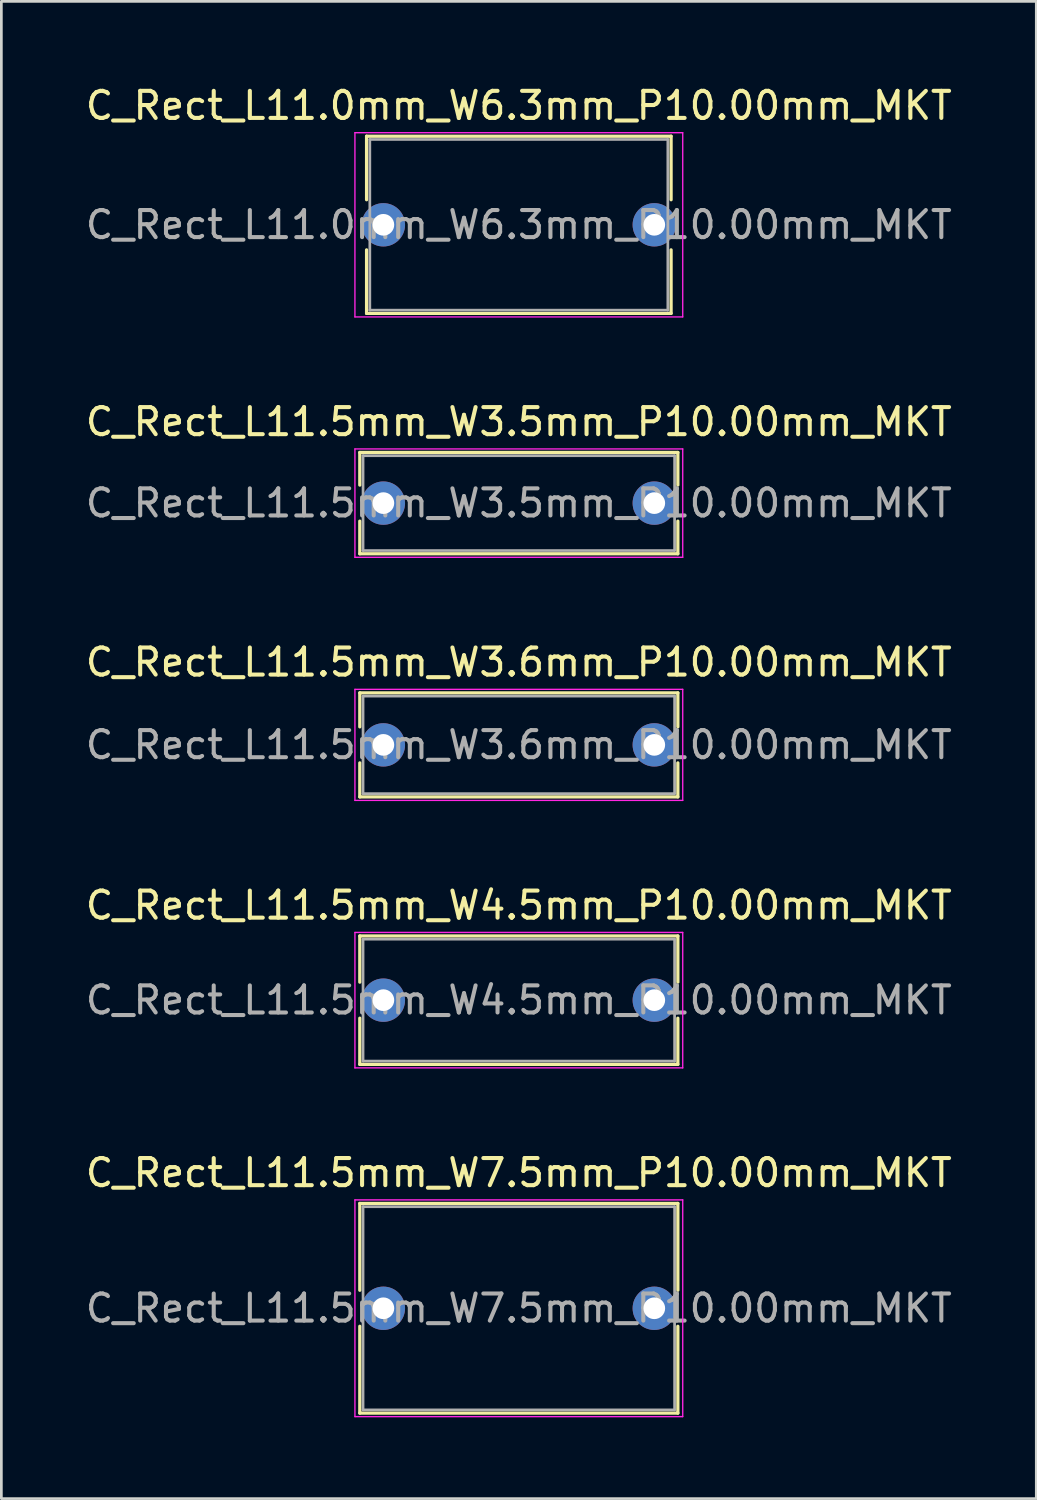
<source format=kicad_pcb>
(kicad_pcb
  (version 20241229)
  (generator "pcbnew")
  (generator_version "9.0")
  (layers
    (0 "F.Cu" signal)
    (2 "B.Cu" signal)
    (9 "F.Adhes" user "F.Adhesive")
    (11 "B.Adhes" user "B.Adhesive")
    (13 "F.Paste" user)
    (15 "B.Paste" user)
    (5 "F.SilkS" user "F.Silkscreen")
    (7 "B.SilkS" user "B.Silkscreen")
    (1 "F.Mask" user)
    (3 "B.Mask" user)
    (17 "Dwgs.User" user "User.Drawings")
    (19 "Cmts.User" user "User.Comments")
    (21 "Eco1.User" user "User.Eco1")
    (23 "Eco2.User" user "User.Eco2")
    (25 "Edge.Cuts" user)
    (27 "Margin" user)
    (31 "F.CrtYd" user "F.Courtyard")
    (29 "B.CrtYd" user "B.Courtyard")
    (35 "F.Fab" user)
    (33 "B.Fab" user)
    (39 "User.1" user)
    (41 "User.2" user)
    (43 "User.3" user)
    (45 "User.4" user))
  (footprint "C_Rect_L11.5mm_W3.6mm_P10.00mm_MKT"
    (layer "F.Cu")
    (at 11.101 24.445)
    (property "Reference" "C_Rect_L11.5mm_W3.6mm_P10.00mm_MKT" (at 5 -3.05 0) (layer "F.SilkS") (effects (font (size 1 1) (thickness 0.15))))
    (attr through_hole)
    (fp_line (start -0.87 -1.92) (end -0.87 -0.665) (stroke (width 0.12) (type solid)) (layer "F.SilkS"))
    (fp_line (start -0.87 -1.92) (end 10.87 -1.92) (stroke (width 0.12) (type solid)) (layer "F.SilkS"))
    (fp_line (start -0.87 0.665) (end -0.87 1.92) (stroke (width 0.12) (type solid)) (layer "F.SilkS"))
    (fp_line (start -0.87 1.92) (end 10.87 1.92) (stroke (width 0.12) (type solid)) (layer "F.SilkS"))
    (fp_line (start 10.87 -1.92) (end 10.87 -0.665) (stroke (width 0.12) (type solid)) (layer "F.SilkS"))
    (fp_line (start 10.87 0.665) (end 10.87 1.92) (stroke (width 0.12) (type solid)) (layer "F.SilkS"))
    (fp_line (start -1.05 -2.05) (end -1.05 2.05) (stroke (width 0.05) (type solid)) (layer "F.CrtYd"))
    (fp_line (start -1.05 2.05) (end 11.05 2.05) (stroke (width 0.05) (type solid)) (layer "F.CrtYd"))
    (fp_line (start 11.05 -2.05) (end -1.05 -2.05) (stroke (width 0.05) (type solid)) (layer "F.CrtYd"))
    (fp_line (start 11.05 2.05) (end 11.05 -2.05) (stroke (width 0.05) (type solid)) (layer "F.CrtYd"))
    (fp_line (start -0.75 -1.8) (end -0.75 1.8) (stroke (width 0.1) (type solid)) (layer "F.Fab"))
    (fp_line (start -0.75 1.8) (end 10.75 1.8) (stroke (width 0.1) (type solid)) (layer "F.Fab"))
    (fp_line (start 10.75 -1.8) (end -0.75 -1.8) (stroke (width 0.1) (type solid)) (layer "F.Fab"))
    (fp_line (start 10.75 1.8) (end 10.75 -1.8) (stroke (width 0.1) (type solid)) (layer "F.Fab"))
    (fp_text user "${REFERENCE}" (at 5 0 0) (layer "F.Fab") (effects (font (size 1 1) (thickness 0.15))))
    (pad "1" thru_hole circle (at 0 0) (size 1.6 1.6) (drill 0.8) (layers "*.Cu" "*.Mask"))
    (pad "2" thru_hole circle (at 10 0) (size 1.6 1.6) (drill 0.8) (layers "*.Cu" "*.Mask")))
  (footprint "C_Rect_L11.5mm_W7.5mm_P10.00mm_MKT"
    (layer "F.Cu")
    (at 11.101 45.241)
    (property "Reference" "C_Rect_L11.5mm_W7.5mm_P10.00mm_MKT" (at 5 -5 0) (layer "F.SilkS") (effects (font (size 1 1) (thickness 0.15))))
    (attr through_hole)
    (fp_line (start -0.87 -3.87) (end -0.87 -0.665) (stroke (width 0.12) (type solid)) (layer "F.SilkS"))
    (fp_line (start -0.87 -3.87) (end 10.87 -3.87) (stroke (width 0.12) (type solid)) (layer "F.SilkS"))
    (fp_line (start -0.87 0.665) (end -0.87 3.87) (stroke (width 0.12) (type solid)) (layer "F.SilkS"))
    (fp_line (start -0.87 3.87) (end 10.87 3.87) (stroke (width 0.12) (type solid)) (layer "F.SilkS"))
    (fp_line (start 10.87 -3.87) (end 10.87 -0.665) (stroke (width 0.12) (type solid)) (layer "F.SilkS"))
    (fp_line (start 10.87 0.665) (end 10.87 3.87) (stroke (width 0.12) (type solid)) (layer "F.SilkS"))
    (fp_line (start -1.05 -4) (end -1.05 4) (stroke (width 0.05) (type solid)) (layer "F.CrtYd"))
    (fp_line (start -1.05 4) (end 11.05 4) (stroke (width 0.05) (type solid)) (layer "F.CrtYd"))
    (fp_line (start 11.05 -4) (end -1.05 -4) (stroke (width 0.05) (type solid)) (layer "F.CrtYd"))
    (fp_line (start 11.05 4) (end 11.05 -4) (stroke (width 0.05) (type solid)) (layer "F.CrtYd"))
    (fp_line (start -0.75 -3.75) (end -0.75 3.75) (stroke (width 0.1) (type solid)) (layer "F.Fab"))
    (fp_line (start -0.75 3.75) (end 10.75 3.75) (stroke (width 0.1) (type solid)) (layer "F.Fab"))
    (fp_line (start 10.75 -3.75) (end -0.75 -3.75) (stroke (width 0.1) (type solid)) (layer "F.Fab"))
    (fp_line (start 10.75 3.75) (end 10.75 -3.75) (stroke (width 0.1) (type solid)) (layer "F.Fab"))
    (fp_text user "${REFERENCE}" (at 5 0 0) (layer "F.Fab") (effects (font (size 1 1) (thickness 0.15))))
    (pad "1" thru_hole circle (at 0 0) (size 1.6 1.6) (drill 0.8) (layers "*.Cu" "*.Mask"))
    (pad "2" thru_hole circle (at 10 0) (size 1.6 1.6) (drill 0.8) (layers "*.Cu" "*.Mask")))
  (footprint "C_Rect_L11.0mm_W6.3mm_P10.00mm_MKT"
    (layer "F.Cu")
    (at 11.101 5.248)
    (property "Reference" "C_Rect_L11.0mm_W6.3mm_P10.00mm_MKT" (at 5 -4.4 0) (layer "F.SilkS") (effects (font (size 1 1) (thickness 0.15))))
    (attr through_hole)
    (fp_line (start -0.62 -3.27) (end -0.62 -0.925) (stroke (width 0.12) (type solid)) (layer "F.SilkS"))
    (fp_line (start -0.62 -3.27) (end 10.62 -3.27) (stroke (width 0.12) (type solid)) (layer "F.SilkS"))
    (fp_line (start -0.62 0.925) (end -0.62 3.27) (stroke (width 0.12) (type solid)) (layer "F.SilkS"))
    (fp_line (start -0.62 3.27) (end 10.62 3.27) (stroke (width 0.12) (type solid)) (layer "F.SilkS"))
    (fp_line (start 10.62 -3.27) (end 10.62 -0.925) (stroke (width 0.12) (type solid)) (layer "F.SilkS"))
    (fp_line (start 10.62 0.925) (end 10.62 3.27) (stroke (width 0.12) (type solid)) (layer "F.SilkS"))
    (fp_line (start -1.05 -3.4) (end -1.05 3.4) (stroke (width 0.05) (type solid)) (layer "F.CrtYd"))
    (fp_line (start -1.05 3.4) (end 11.05 3.4) (stroke (width 0.05) (type solid)) (layer "F.CrtYd"))
    (fp_line (start 11.05 -3.4) (end -1.05 -3.4) (stroke (width 0.05) (type solid)) (layer "F.CrtYd"))
    (fp_line (start 11.05 3.4) (end 11.05 -3.4) (stroke (width 0.05) (type solid)) (layer "F.CrtYd"))
    (fp_line (start -0.5 -3.15) (end -0.5 3.15) (stroke (width 0.1) (type solid)) (layer "F.Fab"))
    (fp_line (start -0.5 3.15) (end 10.5 3.15) (stroke (width 0.1) (type solid)) (layer "F.Fab"))
    (fp_line (start 10.5 -3.15) (end -0.5 -3.15) (stroke (width 0.1) (type solid)) (layer "F.Fab"))
    (fp_line (start 10.5 3.15) (end 10.5 -3.15) (stroke (width 0.1) (type solid)) (layer "F.Fab"))
    (fp_text user "${REFERENCE}" (at 5 0 0) (layer "F.Fab") (effects (font (size 1 1) (thickness 0.15))))
    (pad "1" thru_hole circle (at 0 0) (size 1.6 1.6) (drill 0.8) (layers "*.Cu" "*.Mask"))
    (pad "2" thru_hole circle (at 10 0) (size 1.6 1.6) (drill 0.8) (layers "*.Cu" "*.Mask")))
  (footprint "C_Rect_L11.5mm_W3.5mm_P10.00mm_MKT"
    (layer "F.Cu")
    (at 11.101 15.521)
    (property "Reference" "C_Rect_L11.5mm_W3.5mm_P10.00mm_MKT" (at 5 -3 0) (layer "F.SilkS") (effects (font (size 1 1) (thickness 0.15))))
    (attr through_hole)
    (fp_line (start -0.87 -1.87) (end -0.87 -0.665) (stroke (width 0.12) (type solid)) (layer "F.SilkS"))
    (fp_line (start -0.87 -1.87) (end 10.87 -1.87) (stroke (width 0.12) (type solid)) (layer "F.SilkS"))
    (fp_line (start -0.87 0.665) (end -0.87 1.87) (stroke (width 0.12) (type solid)) (layer "F.SilkS"))
    (fp_line (start -0.87 1.87) (end 10.87 1.87) (stroke (width 0.12) (type solid)) (layer "F.SilkS"))
    (fp_line (start 10.87 -1.87) (end 10.87 -0.665) (stroke (width 0.12) (type solid)) (layer "F.SilkS"))
    (fp_line (start 10.87 0.665) (end 10.87 1.87) (stroke (width 0.12) (type solid)) (layer "F.SilkS"))
    (fp_line (start -1.05 -2) (end -1.05 2) (stroke (width 0.05) (type solid)) (layer "F.CrtYd"))
    (fp_line (start -1.05 2) (end 11.05 2) (stroke (width 0.05) (type solid)) (layer "F.CrtYd"))
    (fp_line (start 11.05 -2) (end -1.05 -2) (stroke (width 0.05) (type solid)) (layer "F.CrtYd"))
    (fp_line (start 11.05 2) (end 11.05 -2) (stroke (width 0.05) (type solid)) (layer "F.CrtYd"))
    (fp_line (start -0.75 -1.75) (end -0.75 1.75) (stroke (width 0.1) (type solid)) (layer "F.Fab"))
    (fp_line (start -0.75 1.75) (end 10.75 1.75) (stroke (width 0.1) (type solid)) (layer "F.Fab"))
    (fp_line (start 10.75 -1.75) (end -0.75 -1.75) (stroke (width 0.1) (type solid)) (layer "F.Fab"))
    (fp_line (start 10.75 1.75) (end 10.75 -1.75) (stroke (width 0.1) (type solid)) (layer "F.Fab"))
    (fp_text user "${REFERENCE}" (at 5 0 0) (layer "F.Fab") (effects (font (size 1 1) (thickness 0.15))))
    (pad "1" thru_hole circle (at 0 0) (size 1.6 1.6) (drill 0.8) (layers "*.Cu" "*.Mask"))
    (pad "2" thru_hole circle (at 10 0) (size 1.6 1.6) (drill 0.8) (layers "*.Cu" "*.Mask")))
  (footprint "C_Rect_L11.5mm_W4.5mm_P10.00mm_MKT"
    (layer "F.Cu")
    (at 11.101 33.868)
    (property "Reference" "C_Rect_L11.5mm_W4.5mm_P10.00mm_MKT" (at 5 -3.5 0) (layer "F.SilkS") (effects (font (size 1 1) (thickness 0.15))))
    (attr through_hole)
    (fp_line (start -0.87 -2.37) (end -0.87 -0.665) (stroke (width 0.12) (type solid)) (layer "F.SilkS"))
    (fp_line (start -0.87 -2.37) (end 10.87 -2.37) (stroke (width 0.12) (type solid)) (layer "F.SilkS"))
    (fp_line (start -0.87 0.665) (end -0.87 2.37) (stroke (width 0.12) (type solid)) (layer "F.SilkS"))
    (fp_line (start -0.87 2.37) (end 10.87 2.37) (stroke (width 0.12) (type solid)) (layer "F.SilkS"))
    (fp_line (start 10.87 -2.37) (end 10.87 -0.665) (stroke (width 0.12) (type solid)) (layer "F.SilkS"))
    (fp_line (start 10.87 0.665) (end 10.87 2.37) (stroke (width 0.12) (type solid)) (layer "F.SilkS"))
    (fp_line (start -1.05 -2.5) (end -1.05 2.5) (stroke (width 0.05) (type solid)) (layer "F.CrtYd"))
    (fp_line (start -1.05 2.5) (end 11.05 2.5) (stroke (width 0.05) (type solid)) (layer "F.CrtYd"))
    (fp_line (start 11.05 -2.5) (end -1.05 -2.5) (stroke (width 0.05) (type solid)) (layer "F.CrtYd"))
    (fp_line (start 11.05 2.5) (end 11.05 -2.5) (stroke (width 0.05) (type solid)) (layer "F.CrtYd"))
    (fp_line (start -0.75 -2.25) (end -0.75 2.25) (stroke (width 0.1) (type solid)) (layer "F.Fab"))
    (fp_line (start -0.75 2.25) (end 10.75 2.25) (stroke (width 0.1) (type solid)) (layer "F.Fab"))
    (fp_line (start 10.75 -2.25) (end -0.75 -2.25) (stroke (width 0.1) (type solid)) (layer "F.Fab"))
    (fp_line (start 10.75 2.25) (end 10.75 -2.25) (stroke (width 0.1) (type solid)) (layer "F.Fab"))
    (fp_text user "${REFERENCE}" (at 5 0 0) (layer "F.Fab") (effects (font (size 1 1) (thickness 0.15))))
    (pad "1" thru_hole circle (at 0 0) (size 1.6 1.6) (drill 0.8) (layers "*.Cu" "*.Mask"))
    (pad "2" thru_hole circle (at 10 0) (size 1.6 1.6) (drill 0.8) (layers "*.Cu" "*.Mask")))
  (gr_rect
    (start -3 -3)
    (end 35.202 52.266)
    (stroke (width 0.1) (type default))
    (fill no)
    (layer "Edge.Cuts")))
</source>
